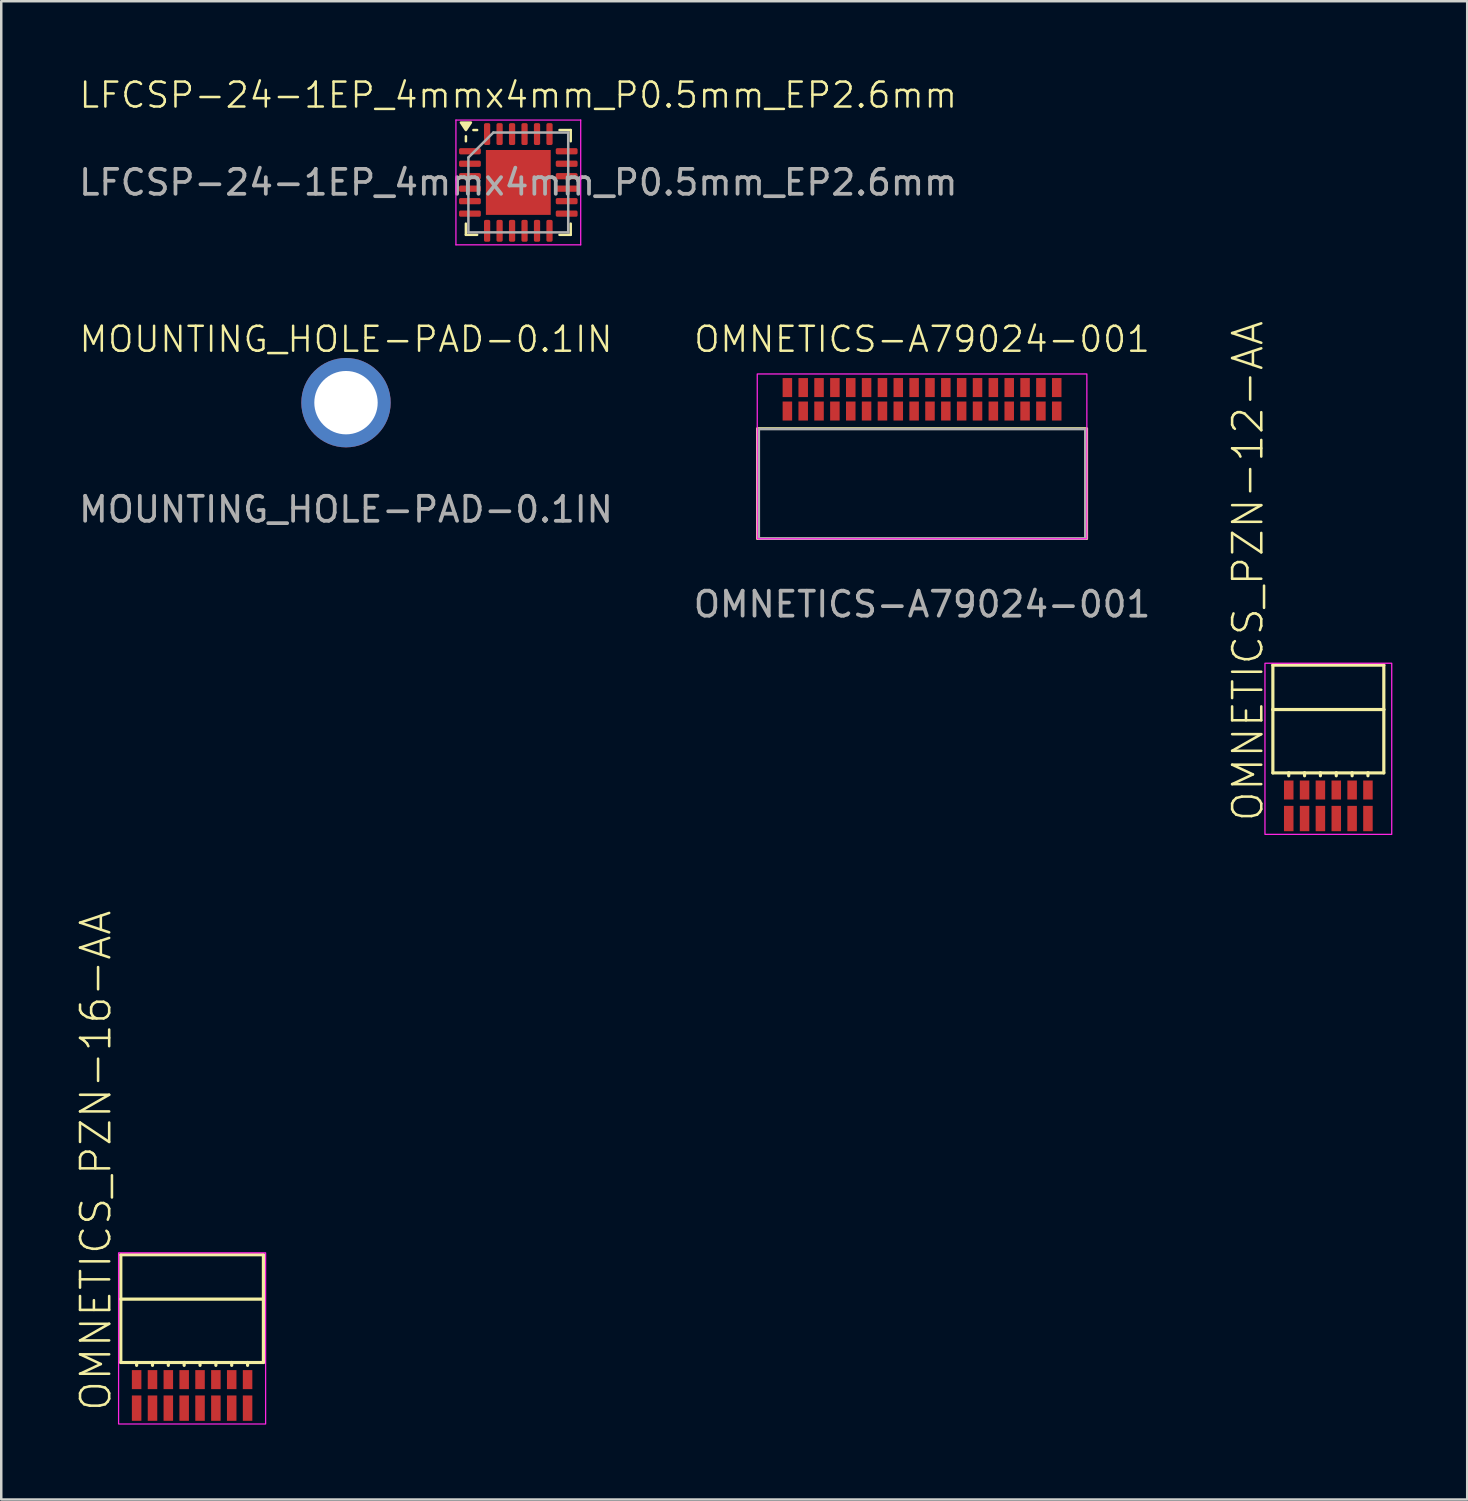
<source format=kicad_pcb>
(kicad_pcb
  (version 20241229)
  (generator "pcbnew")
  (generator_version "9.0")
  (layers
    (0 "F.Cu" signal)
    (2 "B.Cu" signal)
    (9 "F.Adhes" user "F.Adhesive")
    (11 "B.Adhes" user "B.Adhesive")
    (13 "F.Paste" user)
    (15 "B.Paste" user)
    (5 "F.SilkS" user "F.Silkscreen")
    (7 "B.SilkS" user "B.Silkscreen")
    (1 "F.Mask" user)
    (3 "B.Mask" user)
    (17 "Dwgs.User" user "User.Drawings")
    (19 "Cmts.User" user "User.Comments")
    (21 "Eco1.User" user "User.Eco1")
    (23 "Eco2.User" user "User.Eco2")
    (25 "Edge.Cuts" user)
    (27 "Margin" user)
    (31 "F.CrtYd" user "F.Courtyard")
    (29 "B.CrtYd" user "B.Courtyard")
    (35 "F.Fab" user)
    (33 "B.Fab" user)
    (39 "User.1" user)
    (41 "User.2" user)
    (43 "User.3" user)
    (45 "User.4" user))
  (footprint "OMNETICS_PZN-12-AA"
    (layer "F.Cu")
    (at 50.18 27.592)
    (property "Reference" "OMNETICS_PZN-12-AA" (at -2.54 2.349 90) (unlocked yes) (layer "F.SilkS") (effects (font (size 1.168 1.168) (thickness 0.102)) (justify left bottom)))
    (fp_line (start -2.223 -3.988) (end 2.223 -3.988) (stroke (width 0.127) (type solid)) (layer "F.SilkS"))
    (fp_line (start -2.223 -2.21) (end -2.223 -3.988) (stroke (width 0.127) (type solid)) (layer "F.SilkS"))
    (fp_line (start -2.223 -2.21) (end 2.223 -2.21) (stroke (width 0.127) (type solid)) (layer "F.SilkS"))
    (fp_line (start -2.223 0.33) (end -2.223 -2.21) (stroke (width 0.127) (type solid)) (layer "F.SilkS"))
    (fp_line (start -2.223 0.33) (end -1.587 0.33) (stroke (width 0.127) (type solid)) (layer "F.SilkS"))
    (fp_line (start -1.587 0.33) (end -1.587 0.445) (stroke (width 0.127) (type solid)) (layer "F.SilkS"))
    (fp_line (start -1.587 0.33) (end -0.953 0.33) (stroke (width 0.127) (type solid)) (layer "F.SilkS"))
    (fp_line (start -0.953 0.33) (end -0.953 0.445) (stroke (width 0.127) (type solid)) (layer "F.SilkS"))
    (fp_line (start -0.953 0.33) (end -0.318 0.33) (stroke (width 0.127) (type solid)) (layer "F.SilkS"))
    (fp_line (start -0.318 0.33) (end -0.318 0.445) (stroke (width 0.127) (type solid)) (layer "F.SilkS"))
    (fp_line (start -0.318 0.33) (end 0.318 0.33) (stroke (width 0.127) (type solid)) (layer "F.SilkS"))
    (fp_line (start 0.318 0.33) (end 0.318 0.445) (stroke (width 0.127) (type solid)) (layer "F.SilkS"))
    (fp_line (start 0.318 0.33) (end 0.953 0.33) (stroke (width 0.127) (type solid)) (layer "F.SilkS"))
    (fp_line (start 0.953 0.33) (end 0.953 0.445) (stroke (width 0.127) (type solid)) (layer "F.SilkS"))
    (fp_line (start 0.953 0.33) (end 1.587 0.33) (stroke (width 0.127) (type solid)) (layer "F.SilkS"))
    (fp_line (start 1.587 0.33) (end 1.587 0.445) (stroke (width 0.127) (type solid)) (layer "F.SilkS"))
    (fp_line (start 1.587 0.33) (end 2.223 0.33) (stroke (width 0.127) (type solid)) (layer "F.SilkS"))
    (fp_line (start 2.223 -3.988) (end 2.223 -2.21) (stroke (width 0.127) (type solid)) (layer "F.SilkS"))
    (fp_line (start 2.223 -2.21) (end 2.223 0.33) (stroke (width 0.127) (type solid)) (layer "F.SilkS"))
    (fp_rect (start -2.54 -4.064) (end 2.54 2.794) (stroke (width 0.051) (type default)) (fill no) (layer "F.CrtYd"))
    (pad "B1" smd rect (at 1.587 1.016 180) (size 0.381 0.762) (layers "F.Cu" "F.Mask" "F.Paste"))
    (pad "B2" smd rect (at 0.953 1.016 180) (size 0.381 0.762) (layers "F.Cu" "F.Mask" "F.Paste"))
    (pad "B3" smd rect (at 0.318 1.016 180) (size 0.381 0.762) (layers "F.Cu" "F.Mask" "F.Paste"))
    (pad "B4" smd rect (at -0.318 1.016 180) (size 0.381 0.762) (layers "F.Cu" "F.Mask" "F.Paste"))
    (pad "B5" smd rect (at -0.953 1.016 180) (size 0.381 0.762) (layers "F.Cu" "F.Mask" "F.Paste"))
    (pad "B6" smd rect (at -1.587 1.016 180) (size 0.381 0.762) (layers "F.Cu" "F.Mask" "F.Paste"))
    (pad "T1" smd rect (at 1.587 2.159 180) (size 0.381 1.016) (layers "F.Cu" "F.Mask" "F.Paste"))
    (pad "T2" smd rect (at 0.953 2.159 180) (size 0.381 1.016) (layers "F.Cu" "F.Mask" "F.Paste"))
    (pad "T3" smd rect (at 0.318 2.159 180) (size 0.381 1.016) (layers "F.Cu" "F.Mask" "F.Paste"))
    (pad "T4" smd rect (at -0.318 2.159 180) (size 0.381 1.016) (layers "F.Cu" "F.Mask" "F.Paste"))
    (pad "T5" smd rect (at -0.953 2.159 180) (size 0.381 1.016) (layers "F.Cu" "F.Mask" "F.Paste"))
    (pad "T6" smd rect (at -1.587 2.159 180) (size 0.381 1.016) (layers "F.Cu" "F.Mask" "F.Paste"))
    (zone (net_name "") (layer "F.Cu") (hatch edge 0.5) (connect_pads) (min_thickness 0.25) (filled_areas_thickness no) (keepout (tracks allowed) (vias allowed) (pads allowed) (copperpour not_allowed) (footprints allowed)) (placement (enabled no)) (fill) (polygon (pts (xy 48.18 28.092) (xy 48.18 30.392) (xy 52.18 30.392) (xy 52.18 28.092)))))
  (footprint "MOUNTING_HOLE-PAD-0.1IN"
    (layer "F.Cu")
    (at 10.815 13.086)
    (property "Reference" "MOUNTING_HOLE-PAD-0.1IN" (at 0 -2.54 0) (unlocked yes) (layer "F.SilkS") (effects (font (size 1 1) (thickness 0.1))))
    (attr smd)
    (fp_text user "${REFERENCE}" (at 0 4.278 0) (unlocked yes) (layer "F.Fab") (effects (font (size 1 1) (thickness 0.15))))
    (pad "1" thru_hole circle (at 0 0) (size 3.581 3.581) (drill 2.54) (layers "*.Cu" "*.Mask")))
  (footprint "LFCSP-24-1EP_4mmx4mm_P0.5mm_EP2.6mm"
    (layer "F.Cu")
    (at 17.72 4.261)
    (property "Reference" "LFCSP-24-1EP_4mmx4mm_P0.5mm_EP2.6mm" (at 0 -3.5 0) (unlocked yes) (layer "F.SilkS") (effects (font (size 1 1) (thickness 0.1))))
    (attr smd)
    (fp_line (start -2.1 -1.65) (end -2.1 -1.85) (stroke (width 0.1) (type solid)) (layer "F.SilkS"))
    (fp_line (start -2.1 2.1) (end -2.1 1.65) (stroke (width 0.1) (type solid)) (layer "F.SilkS"))
    (fp_line (start -1.65 -2.1) (end -1.8 -2.1) (stroke (width 0.1) (type solid)) (layer "F.SilkS"))
    (fp_line (start -1.65 2.1) (end -2.1 2.1) (stroke (width 0.1) (type solid)) (layer "F.SilkS"))
    (fp_line (start 1.65 -2.1) (end 2.1 -2.1) (stroke (width 0.1) (type solid)) (layer "F.SilkS"))
    (fp_line (start 1.65 2.1) (end 2.1 2.1) (stroke (width 0.1) (type solid)) (layer "F.SilkS"))
    (fp_line (start 2.1 -2.1) (end 2.1 -1.65) (stroke (width 0.1) (type solid)) (layer "F.SilkS"))
    (fp_line (start 2.1 2.1) (end 2.1 1.65) (stroke (width 0.1) (type solid)) (layer "F.SilkS"))
    (fp_poly (pts (xy -2.1 -2.1) (xy -2.3 -2.4) (xy -1.9 -2.4) (xy -2.1 -2.1)) (stroke (width 0.1) (type solid)) (fill yes) (layer "F.SilkS"))
    (fp_line (start -2.5 -2.5) (end -2.5 2.5) (stroke (width 0.05) (type solid)) (layer "F.CrtYd"))
    (fp_line (start -2.5 2.5) (end 2.5 2.5) (stroke (width 0.05) (type solid)) (layer "F.CrtYd"))
    (fp_line (start 2.5 -2.5) (end -2.5 -2.5) (stroke (width 0.05) (type solid)) (layer "F.CrtYd"))
    (fp_line (start 2.5 2.5) (end 2.5 -2.5) (stroke (width 0.05) (type solid)) (layer "F.CrtYd"))
    (fp_line (start -2 -1) (end -1 -2) (stroke (width 0.1) (type solid)) (layer "F.Fab"))
    (fp_line (start -2 2) (end -2 -1) (stroke (width 0.1) (type solid)) (layer "F.Fab"))
    (fp_line (start -1 -2) (end 2 -2) (stroke (width 0.1) (type solid)) (layer "F.Fab"))
    (fp_line (start 2 -2) (end 2 2) (stroke (width 0.1) (type solid)) (layer "F.Fab"))
    (fp_line (start 2 2) (end -2 2) (stroke (width 0.1) (type solid)) (layer "F.Fab"))
    (fp_text user "${REFERENCE}" (at 0 0 0) (unlocked yes) (layer "F.Fab") (effects (font (size 1 1) (thickness 0.15))))
    (pad "" smd roundrect (at -0.625 -0.625) (size 1.01 1.01) (layers "F.Paste") (roundrect_rratio 0.248))
    (pad "" smd roundrect (at -0.625 0.625) (size 1.01 1.01) (layers "F.Paste") (roundrect_rratio 0.248))
    (pad "" smd roundrect (at 0.625 -0.625) (size 1.01 1.01) (layers "F.Paste") (roundrect_rratio 0.248))
    (pad "" smd roundrect (at 0.625 0.625) (size 1.01 1.01) (layers "F.Paste") (roundrect_rratio 0.248))
    (pad "1" smd roundrect (at -1.938 -1.25) (size 0.875 0.25) (layers "F.Cu" "F.Mask" "F.Paste") (roundrect_rratio 0.25))
    (pad "2" smd roundrect (at -1.938 -0.75) (size 0.875 0.25) (layers "F.Cu" "F.Mask" "F.Paste") (roundrect_rratio 0.25))
    (pad "3" smd roundrect (at -1.938 -0.25) (size 0.875 0.25) (layers "F.Cu" "F.Mask" "F.Paste") (roundrect_rratio 0.25))
    (pad "4" smd roundrect (at -1.938 0.25) (size 0.875 0.25) (layers "F.Cu" "F.Mask" "F.Paste") (roundrect_rratio 0.25))
    (pad "5" smd roundrect (at -1.938 0.75) (size 0.875 0.25) (layers "F.Cu" "F.Mask" "F.Paste") (roundrect_rratio 0.25))
    (pad "6" smd roundrect (at -1.938 1.25) (size 0.875 0.25) (layers "F.Cu" "F.Mask" "F.Paste") (roundrect_rratio 0.25))
    (pad "7" smd roundrect (at -1.25 1.938) (size 0.25 0.875) (layers "F.Cu" "F.Mask" "F.Paste") (roundrect_rratio 0.25))
    (pad "8" smd roundrect (at -0.75 1.938) (size 0.25 0.875) (layers "F.Cu" "F.Mask" "F.Paste") (roundrect_rratio 0.25))
    (pad "9" smd roundrect (at -0.25 1.938) (size 0.25 0.875) (layers "F.Cu" "F.Mask" "F.Paste") (roundrect_rratio 0.25))
    (pad "10" smd roundrect (at 0.25 1.938) (size 0.25 0.875) (layers "F.Cu" "F.Mask" "F.Paste") (roundrect_rratio 0.25))
    (pad "11" smd roundrect (at 0.75 1.938) (size 0.25 0.875) (layers "F.Cu" "F.Mask" "F.Paste") (roundrect_rratio 0.25))
    (pad "12" smd roundrect (at 1.25 1.938) (size 0.25 0.875) (layers "F.Cu" "F.Mask" "F.Paste") (roundrect_rratio 0.25))
    (pad "13" smd roundrect (at 1.938 1.25) (size 0.875 0.25) (layers "F.Cu" "F.Mask" "F.Paste") (roundrect_rratio 0.25))
    (pad "14" smd roundrect (at 1.938 0.75) (size 0.875 0.25) (layers "F.Cu" "F.Mask" "F.Paste") (roundrect_rratio 0.25))
    (pad "15" smd roundrect (at 1.938 0.25) (size 0.875 0.25) (layers "F.Cu" "F.Mask" "F.Paste") (roundrect_rratio 0.25))
    (pad "16" smd roundrect (at 1.938 -0.25) (size 0.875 0.25) (layers "F.Cu" "F.Mask" "F.Paste") (roundrect_rratio 0.25))
    (pad "17" smd roundrect (at 1.938 -0.75) (size 0.875 0.25) (layers "F.Cu" "F.Mask" "F.Paste") (roundrect_rratio 0.25))
    (pad "18" smd roundrect (at 1.938 -1.25) (size 0.875 0.25) (layers "F.Cu" "F.Mask" "F.Paste") (roundrect_rratio 0.25))
    (pad "19" smd roundrect (at 1.25 -1.938) (size 0.25 0.875) (layers "F.Cu" "F.Mask" "F.Paste") (roundrect_rratio 0.25))
    (pad "20" smd roundrect (at 0.75 -1.938) (size 0.25 0.875) (layers "F.Cu" "F.Mask" "F.Paste") (roundrect_rratio 0.25))
    (pad "21" smd roundrect (at 0.25 -1.938) (size 0.25 0.875) (layers "F.Cu" "F.Mask" "F.Paste") (roundrect_rratio 0.25))
    (pad "22" smd roundrect (at -0.25 -1.938) (size 0.25 0.875) (layers "F.Cu" "F.Mask" "F.Paste") (roundrect_rratio 0.25))
    (pad "23" smd roundrect (at -0.75 -1.938) (size 0.25 0.875) (layers "F.Cu" "F.Mask" "F.Paste") (roundrect_rratio 0.25))
    (pad "24" smd roundrect (at -1.25 -1.938) (size 0.25 0.875) (layers "F.Cu" "F.Mask" "F.Paste") (roundrect_rratio 0.25))
    (pad "25" smd rect (at 0 0) (size 2.6 2.6) (property pad_prop_heatsink) (layers "F.Cu" "F.Mask"))
    (zone (net_name "") (layer "F.Cu") (hatch edge 0.5) (connect_pads) (min_thickness 0.25) (filled_areas_thickness no) (keepout (tracks allowed) (vias allowed) (pads allowed) (copperpour not_allowed) (footprints allowed)) (placement (enabled no)) (fill) (polygon (pts (xy 15.22 1.76) (xy 15.22 6.761) (xy 20.22 6.761) (xy 20.22 1.76)))))
  (footprint "OMNETICS-A79024-001"
    (layer "F.Cu")
    (at 33.899 12.951)
    (property "Reference" "OMNETICS-A79024-001" (at 0 -2.405 0) (unlocked yes) (layer "F.SilkS") (effects (font (size 1 1) (thickness 0.1))))
    (attr smd)
    (fp_rect (start -6.604 1.168) (end 6.604 5.588) (stroke (width 0.1) (type default)) (fill no) (layer "F.SilkS"))
    (fp_rect (start -6.604 -1.016) (end 6.604 5.588) (stroke (width 0.05) (type default)) (fill no) (layer "F.CrtYd"))
    (fp_rect (start -6.54 1.194) (end 6.54 5.575) (stroke (width 0.1) (type default)) (fill no) (layer "F.Fab"))
    (fp_text user "${REFERENCE}" (at 0 8.215 0) (unlocked yes) (layer "F.Fab") (effects (font (size 1 1) (thickness 0.15))))
    (pad "B1" smd rect (at -5.397 0.47) (size 0.381 0.762) (layers "F.Cu" "F.Mask" "F.Paste"))
    (pad "B2" smd rect (at -4.763 0.47) (size 0.381 0.762) (layers "F.Cu" "F.Mask" "F.Paste"))
    (pad "B3" smd rect (at -4.128 0.47) (size 0.381 0.762) (layers "F.Cu" "F.Mask" "F.Paste"))
    (pad "B4" smd rect (at -3.493 0.47) (size 0.381 0.762) (layers "F.Cu" "F.Mask" "F.Paste"))
    (pad "B5" smd rect (at -2.857 0.47) (size 0.381 0.762) (layers "F.Cu" "F.Mask" "F.Paste"))
    (pad "B6" smd rect (at -2.223 0.47) (size 0.381 0.762) (layers "F.Cu" "F.Mask" "F.Paste"))
    (pad "B7" smd rect (at -1.587 0.47) (size 0.381 0.762) (layers "F.Cu" "F.Mask" "F.Paste"))
    (pad "B8" smd rect (at -0.953 0.47) (size 0.381 0.762) (layers "F.Cu" "F.Mask" "F.Paste"))
    (pad "B9" smd rect (at -0.318 0.47) (size 0.381 0.762) (layers "F.Cu" "F.Mask" "F.Paste"))
    (pad "B10" smd rect (at 0.318 0.47) (size 0.381 0.762) (layers "F.Cu" "F.Mask" "F.Paste"))
    (pad "B11" smd rect (at 0.953 0.47) (size 0.381 0.762) (layers "F.Cu" "F.Mask" "F.Paste"))
    (pad "B12" smd rect (at 1.587 0.47) (size 0.381 0.762) (layers "F.Cu" "F.Mask" "F.Paste"))
    (pad "B13" smd rect (at 2.223 0.47) (size 0.381 0.762) (layers "F.Cu" "F.Mask" "F.Paste"))
    (pad "B14" smd rect (at 2.857 0.47) (size 0.381 0.762) (layers "F.Cu" "F.Mask" "F.Paste"))
    (pad "B15" smd rect (at 3.493 0.47) (size 0.381 0.762) (layers "F.Cu" "F.Mask" "F.Paste"))
    (pad "B16" smd rect (at 4.128 0.47) (size 0.381 0.762) (layers "F.Cu" "F.Mask" "F.Paste"))
    (pad "B17" smd rect (at 4.763 0.47) (size 0.381 0.762) (layers "F.Cu" "F.Mask" "F.Paste"))
    (pad "B18" smd rect (at 5.397 0.47) (size 0.381 0.762) (layers "F.Cu" "F.Mask" "F.Paste"))
    (pad "T1" smd rect (at -5.397 -0.47) (size 0.381 0.762) (layers "F.Cu" "F.Mask" "F.Paste"))
    (pad "T2" smd rect (at -4.763 -0.47) (size 0.381 0.762) (layers "F.Cu" "F.Mask" "F.Paste"))
    (pad "T3" smd rect (at -4.128 -0.47) (size 0.381 0.762) (layers "F.Cu" "F.Mask" "F.Paste"))
    (pad "T4" smd rect (at -3.493 -0.47) (size 0.381 0.762) (layers "F.Cu" "F.Mask" "F.Paste"))
    (pad "T5" smd rect (at -2.857 -0.47) (size 0.381 0.762) (layers "F.Cu" "F.Mask" "F.Paste"))
    (pad "T6" smd rect (at -2.223 -0.47) (size 0.381 0.762) (layers "F.Cu" "F.Mask" "F.Paste"))
    (pad "T7" smd rect (at -1.587 -0.47) (size 0.381 0.762) (layers "F.Cu" "F.Mask" "F.Paste"))
    (pad "T8" smd rect (at -0.953 -0.47) (size 0.381 0.762) (layers "F.Cu" "F.Mask" "F.Paste"))
    (pad "T9" smd rect (at -0.318 -0.47) (size 0.381 0.762) (layers "F.Cu" "F.Mask" "F.Paste"))
    (pad "T10" smd rect (at 0.318 -0.47) (size 0.381 0.762) (layers "F.Cu" "F.Mask" "F.Paste"))
    (pad "T11" smd rect (at 0.953 -0.47) (size 0.381 0.762) (layers "F.Cu" "F.Mask" "F.Paste"))
    (pad "T12" smd rect (at 1.587 -0.47) (size 0.381 0.762) (layers "F.Cu" "F.Mask" "F.Paste"))
    (pad "T13" smd rect (at 2.223 -0.47) (size 0.381 0.762) (layers "F.Cu" "F.Mask" "F.Paste"))
    (pad "T14" smd rect (at 2.857 -0.47) (size 0.381 0.762) (layers "F.Cu" "F.Mask" "F.Paste"))
    (pad "T15" smd rect (at 3.493 -0.47) (size 0.381 0.762) (layers "F.Cu" "F.Mask" "F.Paste"))
    (pad "T16" smd rect (at 4.128 -0.47) (size 0.381 0.762) (layers "F.Cu" "F.Mask" "F.Paste"))
    (pad "T17" smd rect (at 4.763 -0.47) (size 0.381 0.762) (layers "F.Cu" "F.Mask" "F.Paste"))
    (pad "T18" smd rect (at 5.397 -0.47) (size 0.381 0.762) (layers "F.Cu" "F.Mask" "F.Paste"))
    (zone (net_name "") (layer "F.Cu") (hatch edge 0.5) (connect_pads) (min_thickness 0.25) (filled_areas_thickness no) (keepout (tracks allowed) (vias allowed) (pads allowed) (copperpour not_allowed) (footprints allowed)) (placement (enabled no)) (fill) (polygon (pts (xy 28.311 12.1) (xy 39.487 12.1) (xy 39.487 13.802) (xy 28.311 13.802)))))
  (footprint "OMNETICS_PZN-16-AA"
    (layer "F.Cu")
    (at 4.648 51.219)
    (property "Reference" "OMNETICS_PZN-16-AA" (at -3.175 2.349 90) (unlocked yes) (layer "F.SilkS") (effects (font (size 1.168 1.168) (thickness 0.102)) (justify left bottom)))
    (fp_line (start -2.857 -3.988) (end 2.857 -3.988) (stroke (width 0.127) (type solid)) (layer "F.SilkS"))
    (fp_line (start -2.857 -2.21) (end -2.857 -3.988) (stroke (width 0.127) (type solid)) (layer "F.SilkS"))
    (fp_line (start -2.857 -2.21) (end 2.857 -2.21) (stroke (width 0.127) (type solid)) (layer "F.SilkS"))
    (fp_line (start -2.857 0.33) (end -2.857 -2.21) (stroke (width 0.127) (type solid)) (layer "F.SilkS"))
    (fp_line (start -2.857 0.33) (end -2.223 0.33) (stroke (width 0.127) (type solid)) (layer "F.SilkS"))
    (fp_line (start -2.223 0.33) (end -2.223 0.445) (stroke (width 0.127) (type solid)) (layer "F.SilkS"))
    (fp_line (start -2.223 0.33) (end -1.587 0.33) (stroke (width 0.127) (type solid)) (layer "F.SilkS"))
    (fp_line (start -1.587 0.33) (end -1.587 0.445) (stroke (width 0.127) (type solid)) (layer "F.SilkS"))
    (fp_line (start -1.587 0.33) (end -0.953 0.33) (stroke (width 0.127) (type solid)) (layer "F.SilkS"))
    (fp_line (start -0.953 0.33) (end -0.953 0.445) (stroke (width 0.127) (type solid)) (layer "F.SilkS"))
    (fp_line (start -0.953 0.33) (end -0.318 0.33) (stroke (width 0.127) (type solid)) (layer "F.SilkS"))
    (fp_line (start -0.318 0.33) (end -0.318 0.445) (stroke (width 0.127) (type solid)) (layer "F.SilkS"))
    (fp_line (start -0.318 0.33) (end 0.318 0.33) (stroke (width 0.127) (type solid)) (layer "F.SilkS"))
    (fp_line (start 0.318 0.33) (end 0.318 0.445) (stroke (width 0.127) (type solid)) (layer "F.SilkS"))
    (fp_line (start 0.318 0.33) (end 0.953 0.33) (stroke (width 0.127) (type solid)) (layer "F.SilkS"))
    (fp_line (start 0.953 0.33) (end 0.953 0.445) (stroke (width 0.127) (type solid)) (layer "F.SilkS"))
    (fp_line (start 0.953 0.33) (end 1.587 0.33) (stroke (width 0.127) (type solid)) (layer "F.SilkS"))
    (fp_line (start 1.587 0.33) (end 1.587 0.445) (stroke (width 0.127) (type solid)) (layer "F.SilkS"))
    (fp_line (start 1.587 0.33) (end 2.223 0.33) (stroke (width 0.127) (type solid)) (layer "F.SilkS"))
    (fp_line (start 2.223 0.33) (end 2.223 0.445) (stroke (width 0.127) (type solid)) (layer "F.SilkS"))
    (fp_line (start 2.223 0.33) (end 2.857 0.33) (stroke (width 0.127) (type solid)) (layer "F.SilkS"))
    (fp_line (start 2.857 -3.988) (end 2.857 -2.21) (stroke (width 0.127) (type solid)) (layer "F.SilkS"))
    (fp_line (start 2.857 -2.21) (end 2.857 0.33) (stroke (width 0.127) (type solid)) (layer "F.SilkS"))
    (fp_rect (start -2.946 -4.064) (end 2.946 2.794) (stroke (width 0.05) (type default)) (fill no) (layer "F.CrtYd"))
    (pad "B1" smd rect (at 2.223 1.016 180) (size 0.381 0.762) (layers "F.Cu" "F.Mask" "F.Paste"))
    (pad "B2" smd rect (at 1.587 1.016 180) (size 0.381 0.762) (layers "F.Cu" "F.Mask" "F.Paste"))
    (pad "B3" smd rect (at 0.953 1.016 180) (size 0.381 0.762) (layers "F.Cu" "F.Mask" "F.Paste"))
    (pad "B4" smd rect (at 0.318 1.016 180) (size 0.381 0.762) (layers "F.Cu" "F.Mask" "F.Paste"))
    (pad "B5" smd rect (at -0.318 1.016 180) (size 0.381 0.762) (layers "F.Cu" "F.Mask" "F.Paste"))
    (pad "B6" smd rect (at -0.953 1.016 180) (size 0.381 0.762) (layers "F.Cu" "F.Mask" "F.Paste"))
    (pad "B7" smd rect (at -1.587 1.016 180) (size 0.381 0.762) (layers "F.Cu" "F.Mask" "F.Paste"))
    (pad "B8" smd rect (at -2.223 1.016 180) (size 0.381 0.762) (layers "F.Cu" "F.Mask" "F.Paste"))
    (pad "T1" smd rect (at 2.223 2.159 180) (size 0.381 1.016) (layers "F.Cu" "F.Mask" "F.Paste"))
    (pad "T2" smd rect (at 1.587 2.159 180) (size 0.381 1.016) (layers "F.Cu" "F.Mask" "F.Paste"))
    (pad "T3" smd rect (at 0.953 2.159 180) (size 0.381 1.016) (layers "F.Cu" "F.Mask" "F.Paste"))
    (pad "T4" smd rect (at 0.318 2.159 180) (size 0.381 1.016) (layers "F.Cu" "F.Mask" "F.Paste"))
    (pad "T5" smd rect (at -0.318 2.159 180) (size 0.381 1.016) (layers "F.Cu" "F.Mask" "F.Paste"))
    (pad "T6" smd rect (at -0.953 2.159 180) (size 0.381 1.016) (layers "F.Cu" "F.Mask" "F.Paste"))
    (pad "T7" smd rect (at -1.587 2.159 180) (size 0.381 1.016) (layers "F.Cu" "F.Mask" "F.Paste"))
    (pad "T8" smd rect (at -2.223 2.159 180) (size 0.381 1.016) (layers "F.Cu" "F.Mask" "F.Paste"))
    (zone (net_name "") (layer "F.Cu") (hatch edge 0.5) (connect_pads) (min_thickness 0.25) (filled_areas_thickness no) (keepout (tracks allowed) (vias allowed) (pads allowed) (copperpour not_allowed) (footprints allowed)) (placement (enabled no)) (fill) (polygon (pts (xy 1.998 51.719) (xy 1.998 54.019) (xy 7.298 54.019) (xy 7.298 51.719)))))
  (gr_rect
    (start -3 -3)
    (end 55.745 57.038)
    (stroke (width 0.1) (type default))
    (fill no)
    (layer "Edge.Cuts")))
</source>
